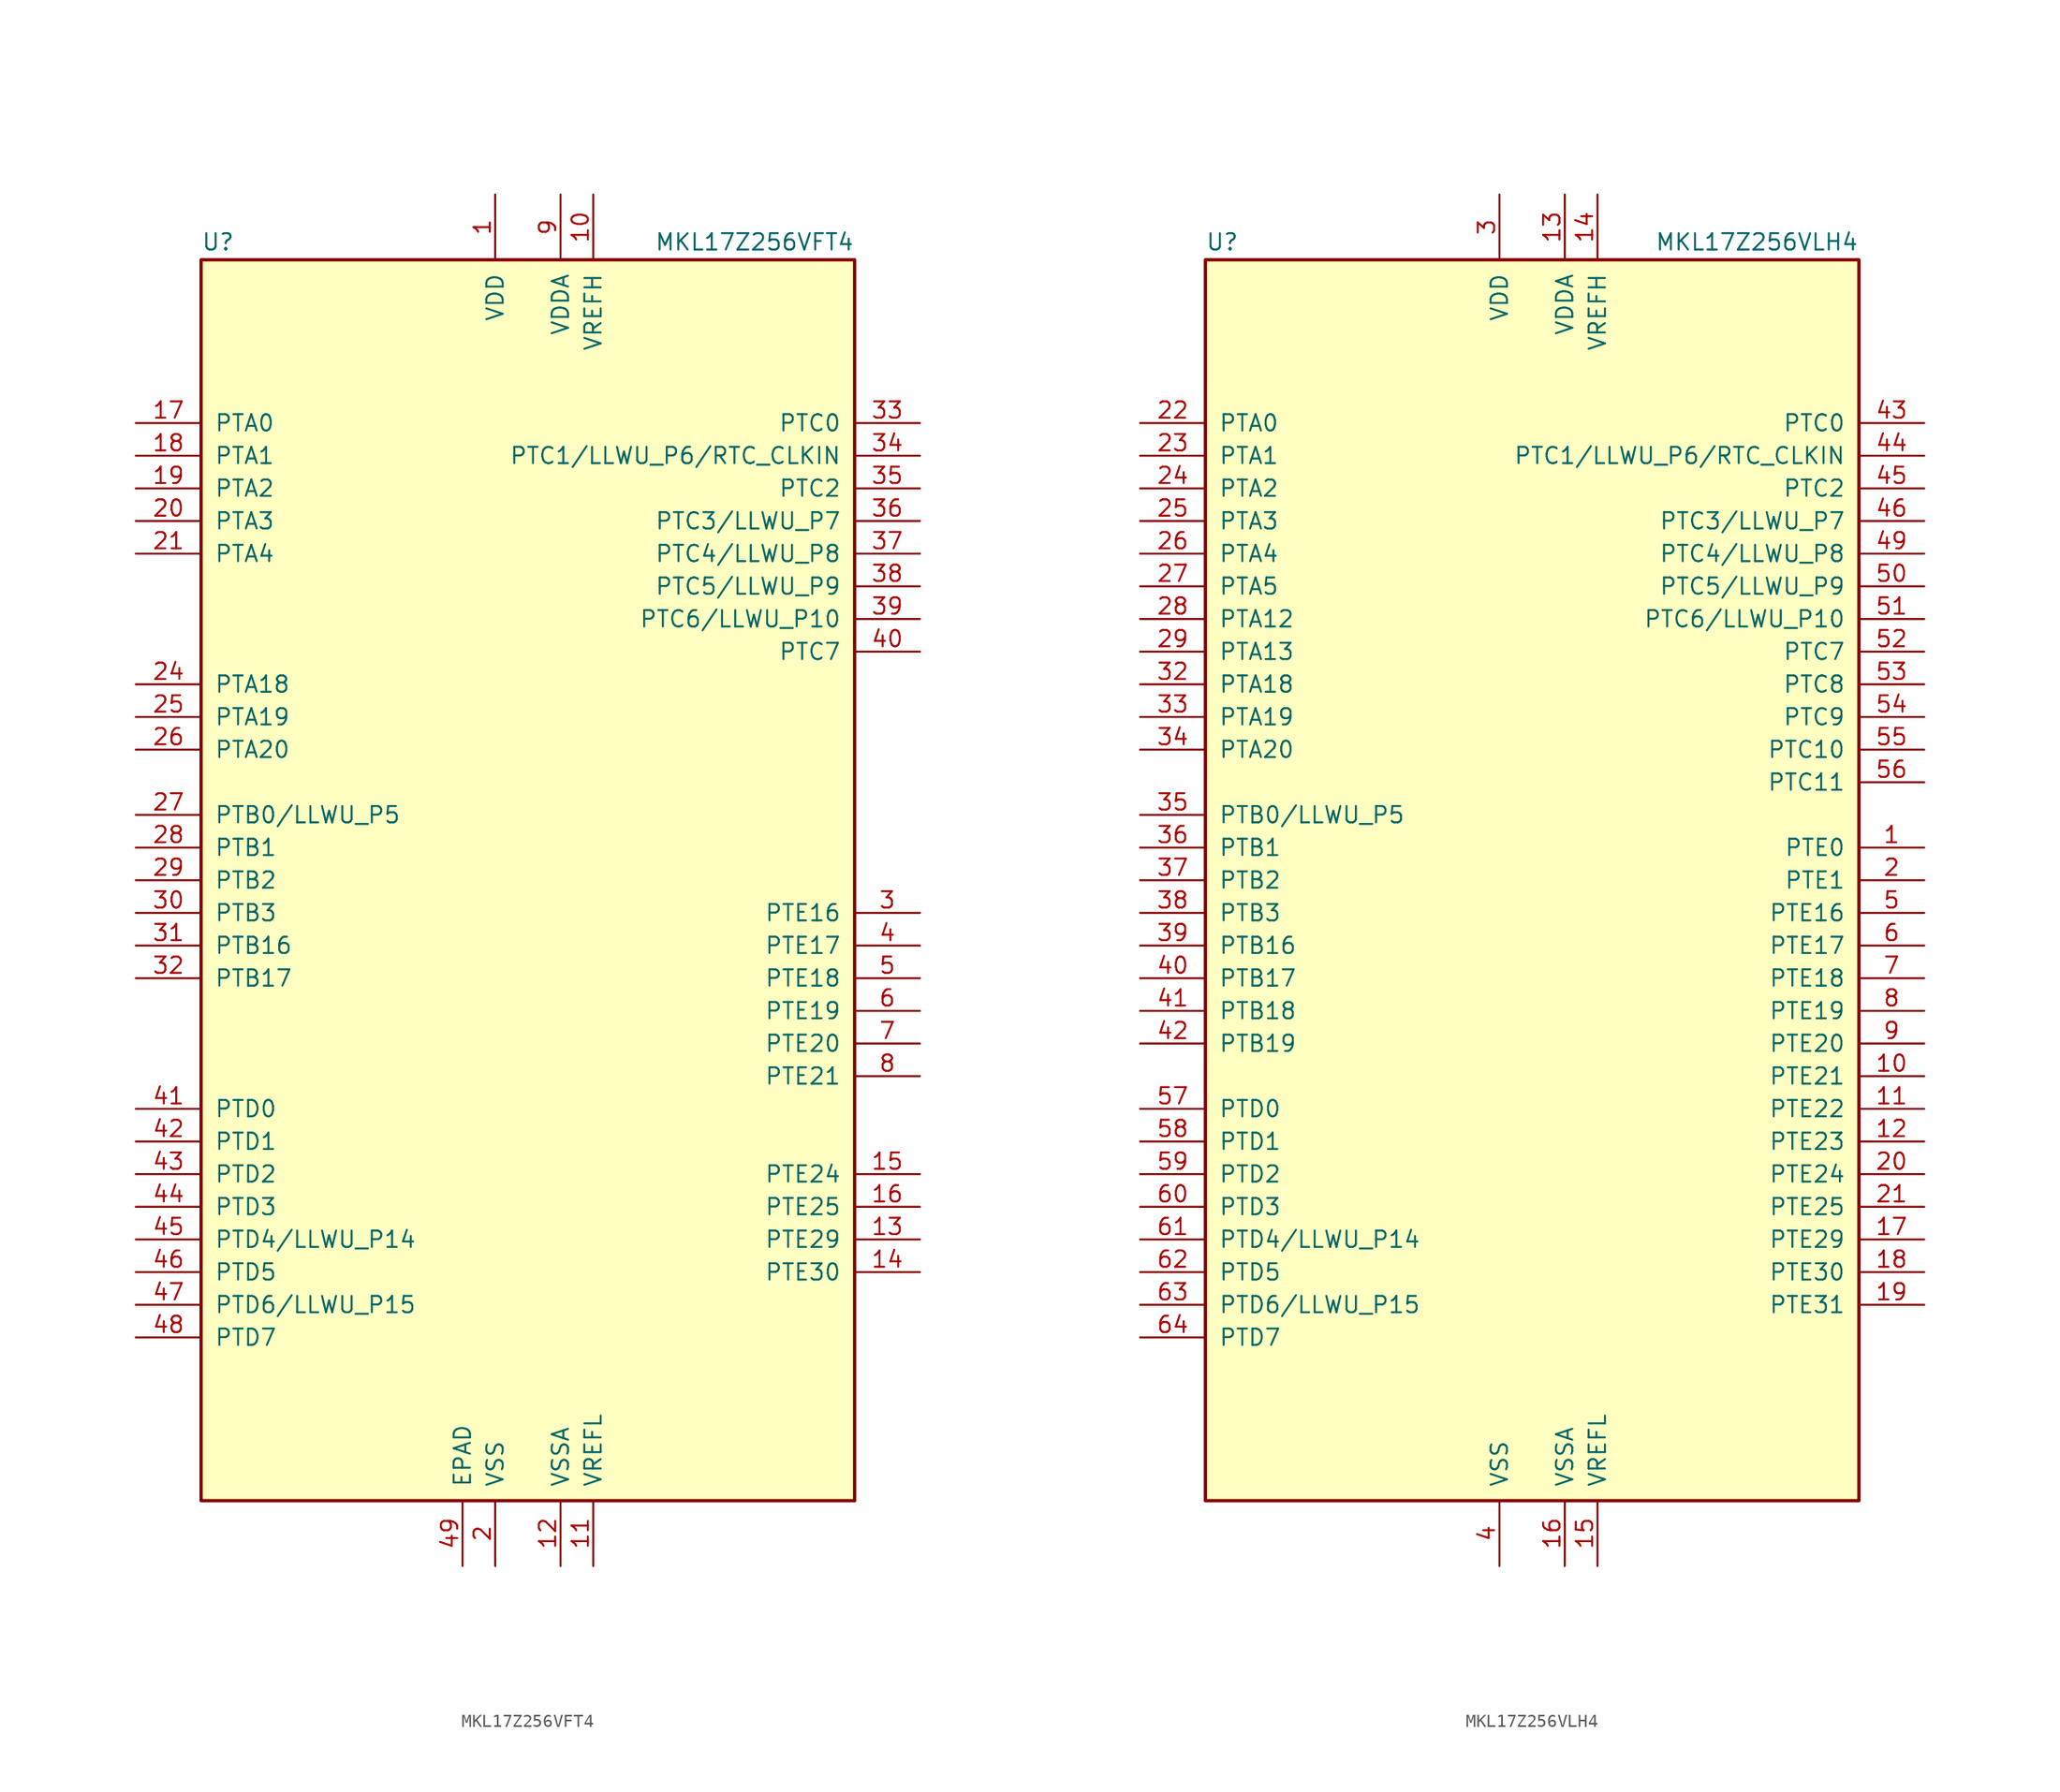
<source format=kicad_sym>
(kicad_symbol_lib
  (version 20241209)
  (generator "kicad_symbol_editor")
  (generator_version "9.0")
  (symbol "MKL17Z256VFT4"
    (pin_names
      (offset 1.016))
    (property "Reference" "U"
      (at -25.4 48.895 0)
      (effects (font (size 1.27 1.27)) (justify left bottom)))
    (property "Value" "MKL17Z256VFT4"
      (at 25.4 48.895 0)
      (effects (font (size 1.27 1.27)) (justify right bottom)))
    (symbol "MKL17Z256VFT4_0_1"
      (rectangle (start -25.4 48.26) (end 25.4 -48.26) (stroke (width 0.254) (type default)) (fill (type background))))
    (symbol "MKL17Z256VFT4_1_1"
      (pin bidirectional line (at -30.48 35.56 0) (length 5.08) (name "PTA0" (effects (font (size 1.27 1.27)))) (number "17" (effects (font (size 1.27 1.27)))))
      (pin bidirectional line (at -30.48 33.02 0) (length 5.08) (name "PTA1" (effects (font (size 1.27 1.27)))) (number "18" (effects (font (size 1.27 1.27)))))
      (pin bidirectional line (at -30.48 30.48 0) (length 5.08) (name "PTA2" (effects (font (size 1.27 1.27)))) (number "19" (effects (font (size 1.27 1.27)))))
      (pin bidirectional line (at -30.48 27.94 0) (length 5.08) (name "PTA3" (effects (font (size 1.27 1.27)))) (number "20" (effects (font (size 1.27 1.27)))))
      (pin bidirectional line (at -30.48 25.4 0) (length 5.08) (name "PTA4" (effects (font (size 1.27 1.27)))) (number "21" (effects (font (size 1.27 1.27)))))
      (pin bidirectional line (at -30.48 15.24 0) (length 5.08) (name "PTA18" (effects (font (size 1.27 1.27)))) (number "24" (effects (font (size 1.27 1.27)))))
      (pin bidirectional line (at -30.48 12.7 0) (length 5.08) (name "PTA19" (effects (font (size 1.27 1.27)))) (number "25" (effects (font (size 1.27 1.27)))))
      (pin bidirectional line (at -30.48 10.16 0) (length 5.08) (name "PTA20" (effects (font (size 1.27 1.27)))) (number "26" (effects (font (size 1.27 1.27)))))
      (pin bidirectional line (at -30.48 5.08 0) (length 5.08) (name "PTB0/LLWU_P5" (effects (font (size 1.27 1.27)))) (number "27" (effects (font (size 1.27 1.27)))))
      (pin bidirectional line (at -30.48 2.54 0) (length 5.08) (name "PTB1" (effects (font (size 1.27 1.27)))) (number "28" (effects (font (size 1.27 1.27)))))
      (pin bidirectional line (at -30.48 0 0) (length 5.08) (name "PTB2" (effects (font (size 1.27 1.27)))) (number "29" (effects (font (size 1.27 1.27)))))
      (pin bidirectional line (at -30.48 -2.54 0) (length 5.08) (name "PTB3" (effects (font (size 1.27 1.27)))) (number "30" (effects (font (size 1.27 1.27)))))
      (pin bidirectional line (at -30.48 -5.08 0) (length 5.08) (name "PTB16" (effects (font (size 1.27 1.27)))) (number "31" (effects (font (size 1.27 1.27)))))
      (pin bidirectional line (at -30.48 -7.62 0) (length 5.08) (name "PTB17" (effects (font (size 1.27 1.27)))) (number "32" (effects (font (size 1.27 1.27)))))
      (pin bidirectional line (at -30.48 -17.78 0) (length 5.08) (name "PTD0" (effects (font (size 1.27 1.27)))) (number "41" (effects (font (size 1.27 1.27)))))
      (pin bidirectional line (at -30.48 -20.32 0) (length 5.08) (name "PTD1" (effects (font (size 1.27 1.27)))) (number "42" (effects (font (size 1.27 1.27)))))
      (pin bidirectional line (at -30.48 -22.86 0) (length 5.08) (name "PTD2" (effects (font (size 1.27 1.27)))) (number "43" (effects (font (size 1.27 1.27)))))
      (pin bidirectional line (at -30.48 -25.4 0) (length 5.08) (name "PTD3" (effects (font (size 1.27 1.27)))) (number "44" (effects (font (size 1.27 1.27)))))
      (pin bidirectional line (at -30.48 -27.94 0) (length 5.08) (name "PTD4/LLWU_P14" (effects (font (size 1.27 1.27)))) (number "45" (effects (font (size 1.27 1.27)))))
      (pin bidirectional line (at -30.48 -30.48 0) (length 5.08) (name "PTD5" (effects (font (size 1.27 1.27)))) (number "46" (effects (font (size 1.27 1.27)))))
      (pin bidirectional line (at -30.48 -33.02 0) (length 5.08) (name "PTD6/LLWU_P15" (effects (font (size 1.27 1.27)))) (number "47" (effects (font (size 1.27 1.27)))))
      (pin bidirectional line (at -30.48 -35.56 0) (length 5.08) (name "PTD7" (effects (font (size 1.27 1.27)))) (number "48" (effects (font (size 1.27 1.27)))))
      (pin power_in line (at -5.08 -53.34 90) (length 5.08) (name "EPAD" (effects (font (size 1.27 1.27)))) (number "49" (effects (font (size 1.27 1.27)))))
      (pin power_in line (at -2.54 53.34 270) (length 5.08) (name "VDD" (effects (font (size 1.27 1.27)))) (number "1" (effects (font (size 1.27 1.27)))))
      (pin passive line (at -2.54 53.34 270) (length 5.08) (hide yes) (name "VDD" (effects (font (size 1.27 1.27)))) (number "22" (effects (font (size 1.27 1.27)))))
      (pin power_in line (at -2.54 -53.34 90) (length 5.08) (name "VSS" (effects (font (size 1.27 1.27)))) (number "2" (effects (font (size 1.27 1.27)))))
      (pin passive line (at -2.54 -53.34 90) (length 5.08) (hide yes) (name "VSS" (effects (font (size 1.27 1.27)))) (number "23" (effects (font (size 1.27 1.27)))))
      (pin power_in line (at 2.54 53.34 270) (length 5.08) (name "VDDA" (effects (font (size 1.27 1.27)))) (number "9" (effects (font (size 1.27 1.27)))))
      (pin power_in line (at 2.54 -53.34 90) (length 5.08) (name "VSSA" (effects (font (size 1.27 1.27)))) (number "12" (effects (font (size 1.27 1.27)))))
      (pin power_in line (at 5.08 53.34 270) (length 5.08) (name "VREFH" (effects (font (size 1.27 1.27)))) (number "10" (effects (font (size 1.27 1.27)))))
      (pin power_in line (at 5.08 -53.34 90) (length 5.08) (name "VREFL" (effects (font (size 1.27 1.27)))) (number "11" (effects (font (size 1.27 1.27)))))
      (pin bidirectional line (at 30.48 35.56 180) (length 5.08) (name "PTC0" (effects (font (size 1.27 1.27)))) (number "33" (effects (font (size 1.27 1.27)))))
      (pin bidirectional line (at 30.48 33.02 180) (length 5.08) (name "PTC1/LLWU_P6/RTC_CLKIN" (effects (font (size 1.27 1.27)))) (number "34" (effects (font (size 1.27 1.27)))))
      (pin bidirectional line (at 30.48 30.48 180) (length 5.08) (name "PTC2" (effects (font (size 1.27 1.27)))) (number "35" (effects (font (size 1.27 1.27)))))
      (pin bidirectional line (at 30.48 27.94 180) (length 5.08) (name "PTC3/LLWU_P7" (effects (font (size 1.27 1.27)))) (number "36" (effects (font (size 1.27 1.27)))))
      (pin bidirectional line (at 30.48 25.4 180) (length 5.08) (name "PTC4/LLWU_P8" (effects (font (size 1.27 1.27)))) (number "37" (effects (font (size 1.27 1.27)))))
      (pin bidirectional line (at 30.48 22.86 180) (length 5.08) (name "PTC5/LLWU_P9" (effects (font (size 1.27 1.27)))) (number "38" (effects (font (size 1.27 1.27)))))
      (pin bidirectional line (at 30.48 20.32 180) (length 5.08) (name "PTC6/LLWU_P10" (effects (font (size 1.27 1.27)))) (number "39" (effects (font (size 1.27 1.27)))))
      (pin bidirectional line (at 30.48 17.78 180) (length 5.08) (name "PTC7" (effects (font (size 1.27 1.27)))) (number "40" (effects (font (size 1.27 1.27)))))
      (pin bidirectional line (at 30.48 -2.54 180) (length 5.08) (name "PTE16" (effects (font (size 1.27 1.27)))) (number "3" (effects (font (size 1.27 1.27)))))
      (pin bidirectional line (at 30.48 -5.08 180) (length 5.08) (name "PTE17" (effects (font (size 1.27 1.27)))) (number "4" (effects (font (size 1.27 1.27)))))
      (pin bidirectional line (at 30.48 -7.62 180) (length 5.08) (name "PTE18" (effects (font (size 1.27 1.27)))) (number "5" (effects (font (size 1.27 1.27)))))
      (pin bidirectional line (at 30.48 -10.16 180) (length 5.08) (name "PTE19" (effects (font (size 1.27 1.27)))) (number "6" (effects (font (size 1.27 1.27)))))
      (pin bidirectional line (at 30.48 -12.7 180) (length 5.08) (name "PTE20" (effects (font (size 1.27 1.27)))) (number "7" (effects (font (size 1.27 1.27)))))
      (pin bidirectional line (at 30.48 -15.24 180) (length 5.08) (name "PTE21" (effects (font (size 1.27 1.27)))) (number "8" (effects (font (size 1.27 1.27)))))
      (pin bidirectional line (at 30.48 -22.86 180) (length 5.08) (name "PTE24" (effects (font (size 1.27 1.27)))) (number "15" (effects (font (size 1.27 1.27)))))
      (pin bidirectional line (at 30.48 -25.4 180) (length 5.08) (name "PTE25" (effects (font (size 1.27 1.27)))) (number "16" (effects (font (size 1.27 1.27)))))
      (pin bidirectional line (at 30.48 -27.94 180) (length 5.08) (name "PTE29" (effects (font (size 1.27 1.27)))) (number "13" (effects (font (size 1.27 1.27)))))
      (pin bidirectional line (at 30.48 -30.48 180) (length 5.08) (name "PTE30" (effects (font (size 1.27 1.27)))) (number "14" (effects (font (size 1.27 1.27)))))))
  (symbol "MKL17Z256VLH4"
    (pin_names
      (offset 1.016))
    (property "Reference" "U"
      (at -25.4 48.895 0)
      (effects (font (size 1.27 1.27)) (justify left bottom)))
    (property "Value" "MKL17Z256VLH4"
      (at 25.4 48.895 0)
      (effects (font (size 1.27 1.27)) (justify right bottom)))
    (symbol "MKL17Z256VLH4_0_1"
      (rectangle (start -25.4 48.26) (end 25.4 -48.26) (stroke (width 0.254) (type default)) (fill (type background))))
    (symbol "MKL17Z256VLH4_1_1"
      (pin bidirectional line (at -30.48 35.56 0) (length 5.08) (name "PTA0" (effects (font (size 1.27 1.27)))) (number "22" (effects (font (size 1.27 1.27)))))
      (pin bidirectional line (at -30.48 33.02 0) (length 5.08) (name "PTA1" (effects (font (size 1.27 1.27)))) (number "23" (effects (font (size 1.27 1.27)))))
      (pin bidirectional line (at -30.48 30.48 0) (length 5.08) (name "PTA2" (effects (font (size 1.27 1.27)))) (number "24" (effects (font (size 1.27 1.27)))))
      (pin bidirectional line (at -30.48 27.94 0) (length 5.08) (name "PTA3" (effects (font (size 1.27 1.27)))) (number "25" (effects (font (size 1.27 1.27)))))
      (pin bidirectional line (at -30.48 25.4 0) (length 5.08) (name "PTA4" (effects (font (size 1.27 1.27)))) (number "26" (effects (font (size 1.27 1.27)))))
      (pin bidirectional line (at -30.48 22.86 0) (length 5.08) (name "PTA5" (effects (font (size 1.27 1.27)))) (number "27" (effects (font (size 1.27 1.27)))))
      (pin bidirectional line (at -30.48 20.32 0) (length 5.08) (name "PTA12" (effects (font (size 1.27 1.27)))) (number "28" (effects (font (size 1.27 1.27)))))
      (pin bidirectional line (at -30.48 17.78 0) (length 5.08) (name "PTA13" (effects (font (size 1.27 1.27)))) (number "29" (effects (font (size 1.27 1.27)))))
      (pin bidirectional line (at -30.48 15.24 0) (length 5.08) (name "PTA18" (effects (font (size 1.27 1.27)))) (number "32" (effects (font (size 1.27 1.27)))))
      (pin bidirectional line (at -30.48 12.7 0) (length 5.08) (name "PTA19" (effects (font (size 1.27 1.27)))) (number "33" (effects (font (size 1.27 1.27)))))
      (pin bidirectional line (at -30.48 10.16 0) (length 5.08) (name "PTA20" (effects (font (size 1.27 1.27)))) (number "34" (effects (font (size 1.27 1.27)))))
      (pin bidirectional line (at -30.48 5.08 0) (length 5.08) (name "PTB0/LLWU_P5" (effects (font (size 1.27 1.27)))) (number "35" (effects (font (size 1.27 1.27)))))
      (pin bidirectional line (at -30.48 2.54 0) (length 5.08) (name "PTB1" (effects (font (size 1.27 1.27)))) (number "36" (effects (font (size 1.27 1.27)))))
      (pin bidirectional line (at -30.48 0 0) (length 5.08) (name "PTB2" (effects (font (size 1.27 1.27)))) (number "37" (effects (font (size 1.27 1.27)))))
      (pin bidirectional line (at -30.48 -2.54 0) (length 5.08) (name "PTB3" (effects (font (size 1.27 1.27)))) (number "38" (effects (font (size 1.27 1.27)))))
      (pin bidirectional line (at -30.48 -5.08 0) (length 5.08) (name "PTB16" (effects (font (size 1.27 1.27)))) (number "39" (effects (font (size 1.27 1.27)))))
      (pin bidirectional line (at -30.48 -7.62 0) (length 5.08) (name "PTB17" (effects (font (size 1.27 1.27)))) (number "40" (effects (font (size 1.27 1.27)))))
      (pin bidirectional line (at -30.48 -10.16 0) (length 5.08) (name "PTB18" (effects (font (size 1.27 1.27)))) (number "41" (effects (font (size 1.27 1.27)))))
      (pin bidirectional line (at -30.48 -12.7 0) (length 5.08) (name "PTB19" (effects (font (size 1.27 1.27)))) (number "42" (effects (font (size 1.27 1.27)))))
      (pin bidirectional line (at -30.48 -17.78 0) (length 5.08) (name "PTD0" (effects (font (size 1.27 1.27)))) (number "57" (effects (font (size 1.27 1.27)))))
      (pin bidirectional line (at -30.48 -20.32 0) (length 5.08) (name "PTD1" (effects (font (size 1.27 1.27)))) (number "58" (effects (font (size 1.27 1.27)))))
      (pin bidirectional line (at -30.48 -22.86 0) (length 5.08) (name "PTD2" (effects (font (size 1.27 1.27)))) (number "59" (effects (font (size 1.27 1.27)))))
      (pin bidirectional line (at -30.48 -25.4 0) (length 5.08) (name "PTD3" (effects (font (size 1.27 1.27)))) (number "60" (effects (font (size 1.27 1.27)))))
      (pin bidirectional line (at -30.48 -27.94 0) (length 5.08) (name "PTD4/LLWU_P14" (effects (font (size 1.27 1.27)))) (number "61" (effects (font (size 1.27 1.27)))))
      (pin bidirectional line (at -30.48 -30.48 0) (length 5.08) (name "PTD5" (effects (font (size 1.27 1.27)))) (number "62" (effects (font (size 1.27 1.27)))))
      (pin bidirectional line (at -30.48 -33.02 0) (length 5.08) (name "PTD6/LLWU_P15" (effects (font (size 1.27 1.27)))) (number "63" (effects (font (size 1.27 1.27)))))
      (pin bidirectional line (at -30.48 -35.56 0) (length 5.08) (name "PTD7" (effects (font (size 1.27 1.27)))) (number "64" (effects (font (size 1.27 1.27)))))
      (pin power_in line (at -2.54 53.34 270) (length 5.08) (name "VDD" (effects (font (size 1.27 1.27)))) (number "3" (effects (font (size 1.27 1.27)))))
      (pin passive line (at -2.54 53.34 270) (length 5.08) (hide yes) (name "VDD" (effects (font (size 1.27 1.27)))) (number "30" (effects (font (size 1.27 1.27)))))
      (pin passive line (at -2.54 53.34 270) (length 5.08) (hide yes) (name "VDD" (effects (font (size 1.27 1.27)))) (number "48" (effects (font (size 1.27 1.27)))))
      (pin passive line (at -2.54 -53.34 90) (length 5.08) (hide yes) (name "VSS" (effects (font (size 1.27 1.27)))) (number "31" (effects (font (size 1.27 1.27)))))
      (pin power_in line (at -2.54 -53.34 90) (length 5.08) (name "VSS" (effects (font (size 1.27 1.27)))) (number "4" (effects (font (size 1.27 1.27)))))
      (pin passive line (at -2.54 -53.34 90) (length 5.08) (hide yes) (name "VSS" (effects (font (size 1.27 1.27)))) (number "47" (effects (font (size 1.27 1.27)))))
      (pin power_in line (at 2.54 53.34 270) (length 5.08) (name "VDDA" (effects (font (size 1.27 1.27)))) (number "13" (effects (font (size 1.27 1.27)))))
      (pin power_in line (at 2.54 -53.34 90) (length 5.08) (name "VSSA" (effects (font (size 1.27 1.27)))) (number "16" (effects (font (size 1.27 1.27)))))
      (pin power_in line (at 5.08 53.34 270) (length 5.08) (name "VREFH" (effects (font (size 1.27 1.27)))) (number "14" (effects (font (size 1.27 1.27)))))
      (pin power_in line (at 5.08 -53.34 90) (length 5.08) (name "VREFL" (effects (font (size 1.27 1.27)))) (number "15" (effects (font (size 1.27 1.27)))))
      (pin bidirectional line (at 30.48 35.56 180) (length 5.08) (name "PTC0" (effects (font (size 1.27 1.27)))) (number "43" (effects (font (size 1.27 1.27)))))
      (pin bidirectional line (at 30.48 33.02 180) (length 5.08) (name "PTC1/LLWU_P6/RTC_CLKIN" (effects (font (size 1.27 1.27)))) (number "44" (effects (font (size 1.27 1.27)))))
      (pin bidirectional line (at 30.48 30.48 180) (length 5.08) (name "PTC2" (effects (font (size 1.27 1.27)))) (number "45" (effects (font (size 1.27 1.27)))))
      (pin bidirectional line (at 30.48 27.94 180) (length 5.08) (name "PTC3/LLWU_P7" (effects (font (size 1.27 1.27)))) (number "46" (effects (font (size 1.27 1.27)))))
      (pin bidirectional line (at 30.48 25.4 180) (length 5.08) (name "PTC4/LLWU_P8" (effects (font (size 1.27 1.27)))) (number "49" (effects (font (size 1.27 1.27)))))
      (pin bidirectional line (at 30.48 22.86 180) (length 5.08) (name "PTC5/LLWU_P9" (effects (font (size 1.27 1.27)))) (number "50" (effects (font (size 1.27 1.27)))))
      (pin bidirectional line (at 30.48 20.32 180) (length 5.08) (name "PTC6/LLWU_P10" (effects (font (size 1.27 1.27)))) (number "51" (effects (font (size 1.27 1.27)))))
      (pin bidirectional line (at 30.48 17.78 180) (length 5.08) (name "PTC7" (effects (font (size 1.27 1.27)))) (number "52" (effects (font (size 1.27 1.27)))))
      (pin bidirectional line (at 30.48 15.24 180) (length 5.08) (name "PTC8" (effects (font (size 1.27 1.27)))) (number "53" (effects (font (size 1.27 1.27)))))
      (pin bidirectional line (at 30.48 12.7 180) (length 5.08) (name "PTC9" (effects (font (size 1.27 1.27)))) (number "54" (effects (font (size 1.27 1.27)))))
      (pin bidirectional line (at 30.48 10.16 180) (length 5.08) (name "PTC10" (effects (font (size 1.27 1.27)))) (number "55" (effects (font (size 1.27 1.27)))))
      (pin bidirectional line (at 30.48 7.62 180) (length 5.08) (name "PTC11" (effects (font (size 1.27 1.27)))) (number "56" (effects (font (size 1.27 1.27)))))
      (pin bidirectional line (at 30.48 2.54 180) (length 5.08) (name "PTE0" (effects (font (size 1.27 1.27)))) (number "1" (effects (font (size 1.27 1.27)))))
      (pin bidirectional line (at 30.48 0 180) (length 5.08) (name "PTE1" (effects (font (size 1.27 1.27)))) (number "2" (effects (font (size 1.27 1.27)))))
      (pin bidirectional line (at 30.48 -2.54 180) (length 5.08) (name "PTE16" (effects (font (size 1.27 1.27)))) (number "5" (effects (font (size 1.27 1.27)))))
      (pin bidirectional line (at 30.48 -5.08 180) (length 5.08) (name "PTE17" (effects (font (size 1.27 1.27)))) (number "6" (effects (font (size 1.27 1.27)))))
      (pin bidirectional line (at 30.48 -7.62 180) (length 5.08) (name "PTE18" (effects (font (size 1.27 1.27)))) (number "7" (effects (font (size 1.27 1.27)))))
      (pin bidirectional line (at 30.48 -10.16 180) (length 5.08) (name "PTE19" (effects (font (size 1.27 1.27)))) (number "8" (effects (font (size 1.27 1.27)))))
      (pin bidirectional line (at 30.48 -12.7 180) (length 5.08) (name "PTE20" (effects (font (size 1.27 1.27)))) (number "9" (effects (font (size 1.27 1.27)))))
      (pin bidirectional line (at 30.48 -15.24 180) (length 5.08) (name "PTE21" (effects (font (size 1.27 1.27)))) (number "10" (effects (font (size 1.27 1.27)))))
      (pin bidirectional line (at 30.48 -17.78 180) (length 5.08) (name "PTE22" (effects (font (size 1.27 1.27)))) (number "11" (effects (font (size 1.27 1.27)))))
      (pin bidirectional line (at 30.48 -20.32 180) (length 5.08) (name "PTE23" (effects (font (size 1.27 1.27)))) (number "12" (effects (font (size 1.27 1.27)))))
      (pin bidirectional line (at 30.48 -22.86 180) (length 5.08) (name "PTE24" (effects (font (size 1.27 1.27)))) (number "20" (effects (font (size 1.27 1.27)))))
      (pin bidirectional line (at 30.48 -25.4 180) (length 5.08) (name "PTE25" (effects (font (size 1.27 1.27)))) (number "21" (effects (font (size 1.27 1.27)))))
      (pin bidirectional line (at 30.48 -27.94 180) (length 5.08) (name "PTE29" (effects (font (size 1.27 1.27)))) (number "17" (effects (font (size 1.27 1.27)))))
      (pin bidirectional line (at 30.48 -30.48 180) (length 5.08) (name "PTE30" (effects (font (size 1.27 1.27)))) (number "18" (effects (font (size 1.27 1.27)))))
      (pin bidirectional line (at 30.48 -33.02 180) (length 5.08) (name "PTE31" (effects (font (size 1.27 1.27)))) (number "19" (effects (font (size 1.27 1.27))))))))
</source>
